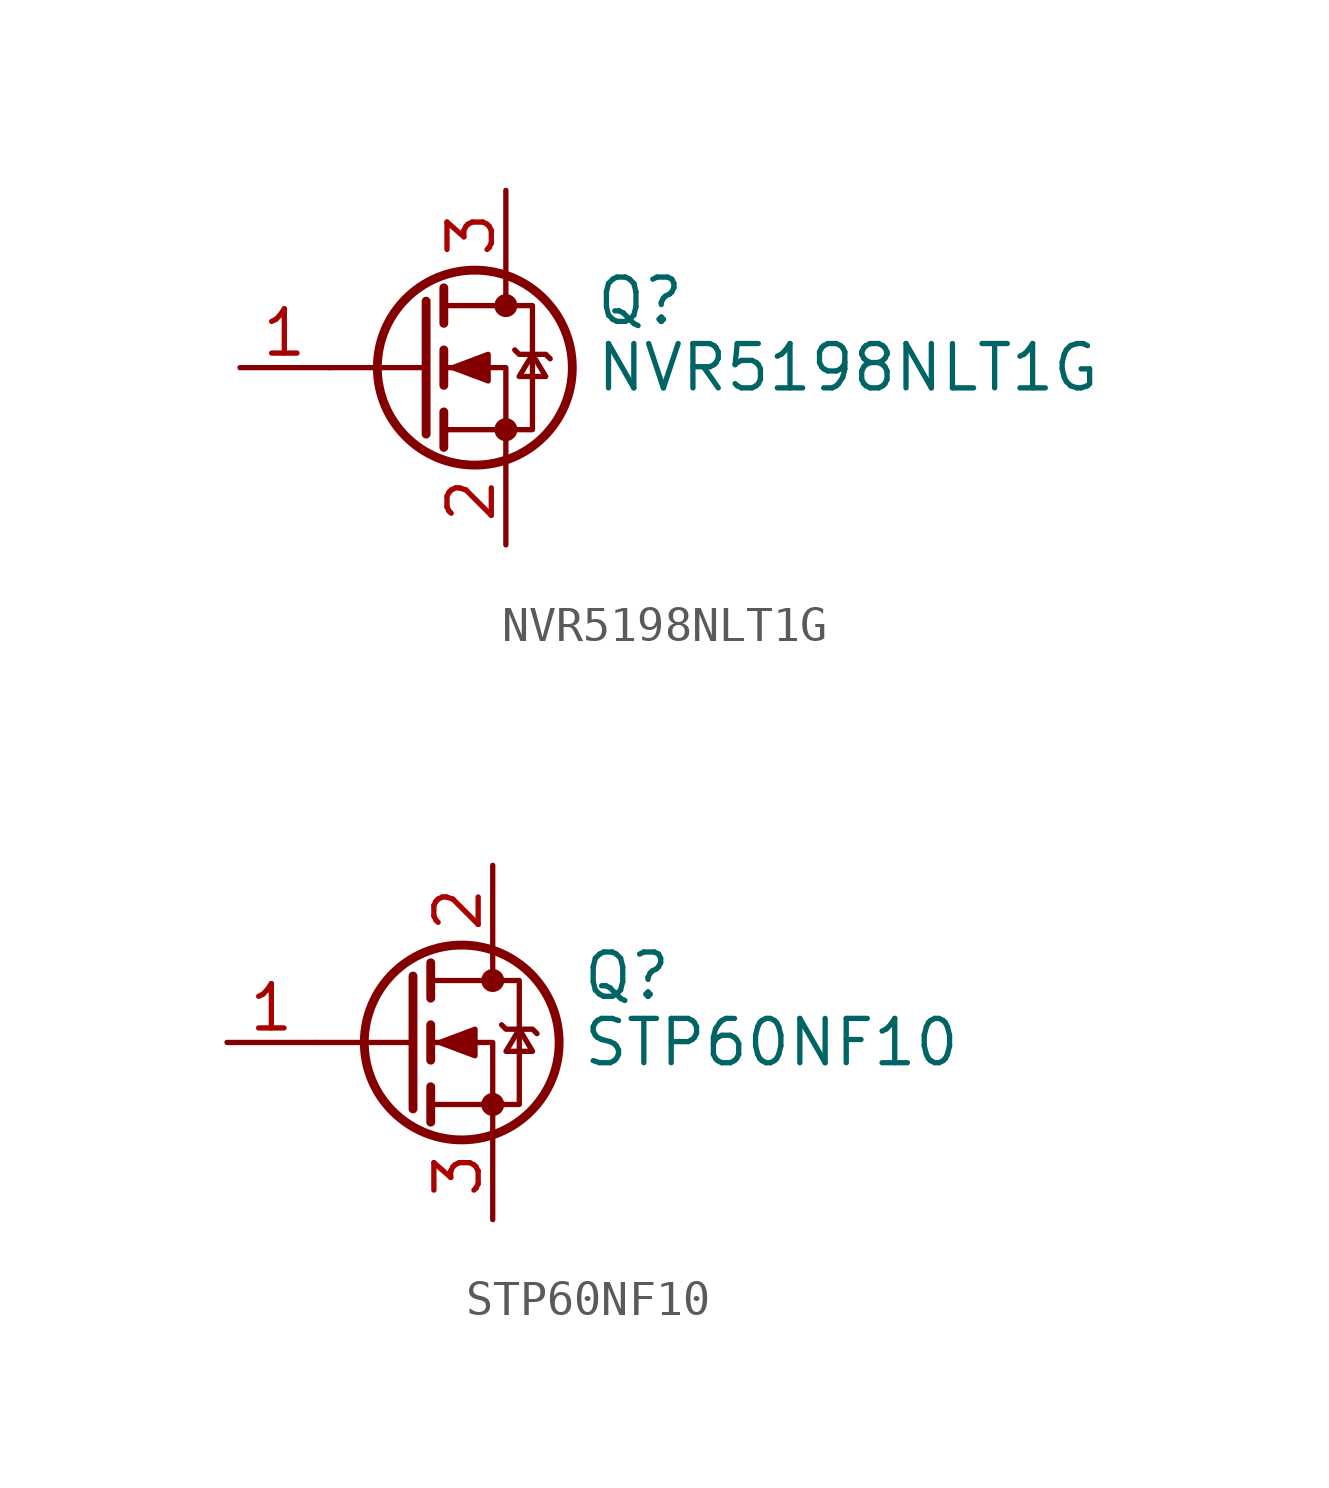
<source format=kicad_sym>
(kicad_symbol_lib
  (version 20241209)
  (generator "kicad_symbol_editor")
  (generator_version "9.0")
  (symbol "NVR5198NLT1G"
    (pin_names
      (hide yes))
    (property "Reference" "Q"
      (at 5.08 1.905 0)
      (effects (font (size 1.27 1.27)) (justify left)))
    (property "Value" "NVR5198NLT1G"
      (at 5.08 0 0)
      (effects (font (size 1.27 1.27)) (justify left)))
    (symbol "NVR5198NLT1G_0_1"
      (polyline (pts (xy 0.254 1.905) (xy 0.254 -1.905)) (stroke (width 0.254) (type default)) (fill (type none)))
      (polyline (pts (xy 0.254 0) (xy -2.54 0)) (stroke (width 0) (type default)) (fill (type none)))
      (polyline (pts (xy 0.762 2.286) (xy 0.762 1.27)) (stroke (width 0.254) (type default)) (fill (type none)))
      (polyline (pts (xy 0.762 0.508) (xy 0.762 -0.508)) (stroke (width 0.254) (type default)) (fill (type none)))
      (polyline (pts (xy 0.762 -1.27) (xy 0.762 -2.286)) (stroke (width 0.254) (type default)) (fill (type none)))
      (polyline (pts (xy 0.762 -1.778) (xy 3.302 -1.778) (xy 3.302 1.778) (xy 0.762 1.778)) (stroke (width 0) (type default)) (fill (type none)))
      (polyline (pts (xy 1.016 0) (xy 2.032 0.381) (xy 2.032 -0.381) (xy 1.016 0)) (stroke (width 0) (type default)) (fill (type outline)))
      (circle (center 1.651 0) (radius 2.794) (stroke (width 0.254) (type default)) (fill (type none)))
      (polyline (pts (xy 2.54 2.54) (xy 2.54 1.778)) (stroke (width 0) (type default)) (fill (type none)))
      (circle (center 2.54 1.778) (radius 0.254) (stroke (width 0) (type default)) (fill (type outline)))
      (circle (center 2.54 -1.778) (radius 0.254) (stroke (width 0) (type default)) (fill (type outline)))
      (polyline (pts (xy 2.54 -2.54) (xy 2.54 0) (xy 0.762 0)) (stroke (width 0) (type default)) (fill (type none)))
      (polyline (pts (xy 2.794 0.508) (xy 2.921 0.381) (xy 3.683 0.381) (xy 3.81 0.254)) (stroke (width 0) (type default)) (fill (type none)))
      (polyline (pts (xy 3.302 0.381) (xy 2.921 -0.254) (xy 3.683 -0.254) (xy 3.302 0.381)) (stroke (width 0) (type default)) (fill (type none))))
    (symbol "NVR5198NLT1G_1_1"
      (pin passive line (at -5.08 0 0) (length 2.54) (name "G" (effects (font (size 1.27 1.27)))) (number "1" (effects (font (size 1.27 1.27)))))
      (pin passive line (at 2.54 5.08 270) (length 2.54) (name "D" (effects (font (size 1.27 1.27)))) (number "3" (effects (font (size 1.27 1.27)))))
      (pin passive line (at 2.54 -5.08 90) (length 2.54) (name "S" (effects (font (size 1.27 1.27)))) (number "2" (effects (font (size 1.27 1.27)))))))
  (symbol "STP60NF10"
    (pin_names
      (hide yes))
    (property "Reference" "Q"
      (at 5.08 1.905 0)
      (effects (font (size 1.27 1.27)) (justify left)))
    (property "Value" "STP60NF10"
      (at 5.08 0 0)
      (effects (font (size 1.27 1.27)) (justify left)))
    (symbol "STP60NF10_0_1"
      (polyline (pts (xy 0.254 1.905) (xy 0.254 -1.905)) (stroke (width 0.254) (type default)) (fill (type none)))
      (polyline (pts (xy 0.254 0) (xy -2.54 0)) (stroke (width 0) (type default)) (fill (type none)))
      (polyline (pts (xy 0.762 2.286) (xy 0.762 1.27)) (stroke (width 0.254) (type default)) (fill (type none)))
      (polyline (pts (xy 0.762 0.508) (xy 0.762 -0.508)) (stroke (width 0.254) (type default)) (fill (type none)))
      (polyline (pts (xy 0.762 -1.27) (xy 0.762 -2.286)) (stroke (width 0.254) (type default)) (fill (type none)))
      (polyline (pts (xy 0.762 -1.778) (xy 3.302 -1.778) (xy 3.302 1.778) (xy 0.762 1.778)) (stroke (width 0) (type default)) (fill (type none)))
      (polyline (pts (xy 1.016 0) (xy 2.032 0.381) (xy 2.032 -0.381) (xy 1.016 0)) (stroke (width 0) (type default)) (fill (type outline)))
      (circle (center 1.651 0) (radius 2.794) (stroke (width 0.254) (type default)) (fill (type none)))
      (polyline (pts (xy 2.54 2.54) (xy 2.54 1.778)) (stroke (width 0) (type default)) (fill (type none)))
      (circle (center 2.54 1.778) (radius 0.254) (stroke (width 0) (type default)) (fill (type outline)))
      (circle (center 2.54 -1.778) (radius 0.254) (stroke (width 0) (type default)) (fill (type outline)))
      (polyline (pts (xy 2.54 -2.54) (xy 2.54 0) (xy 0.762 0)) (stroke (width 0) (type default)) (fill (type none)))
      (polyline (pts (xy 2.794 0.508) (xy 2.921 0.381) (xy 3.683 0.381) (xy 3.81 0.254)) (stroke (width 0) (type default)) (fill (type none)))
      (polyline (pts (xy 3.302 0.381) (xy 2.921 -0.254) (xy 3.683 -0.254) (xy 3.302 0.381)) (stroke (width 0) (type default)) (fill (type none))))
    (symbol "STP60NF10_1_1"
      (pin passive line (at -5.08 0 0) (length 2.54) (name "G" (effects (font (size 1.27 1.27)))) (number "1" (effects (font (size 1.27 1.27)))))
      (pin passive line (at 2.54 5.08 270) (length 2.54) (name "D" (effects (font (size 1.27 1.27)))) (number "2" (effects (font (size 1.27 1.27)))))
      (pin passive line (at 2.54 -5.08 90) (length 2.54) (name "S" (effects (font (size 1.27 1.27)))) (number "3" (effects (font (size 1.27 1.27))))))))
</source>
